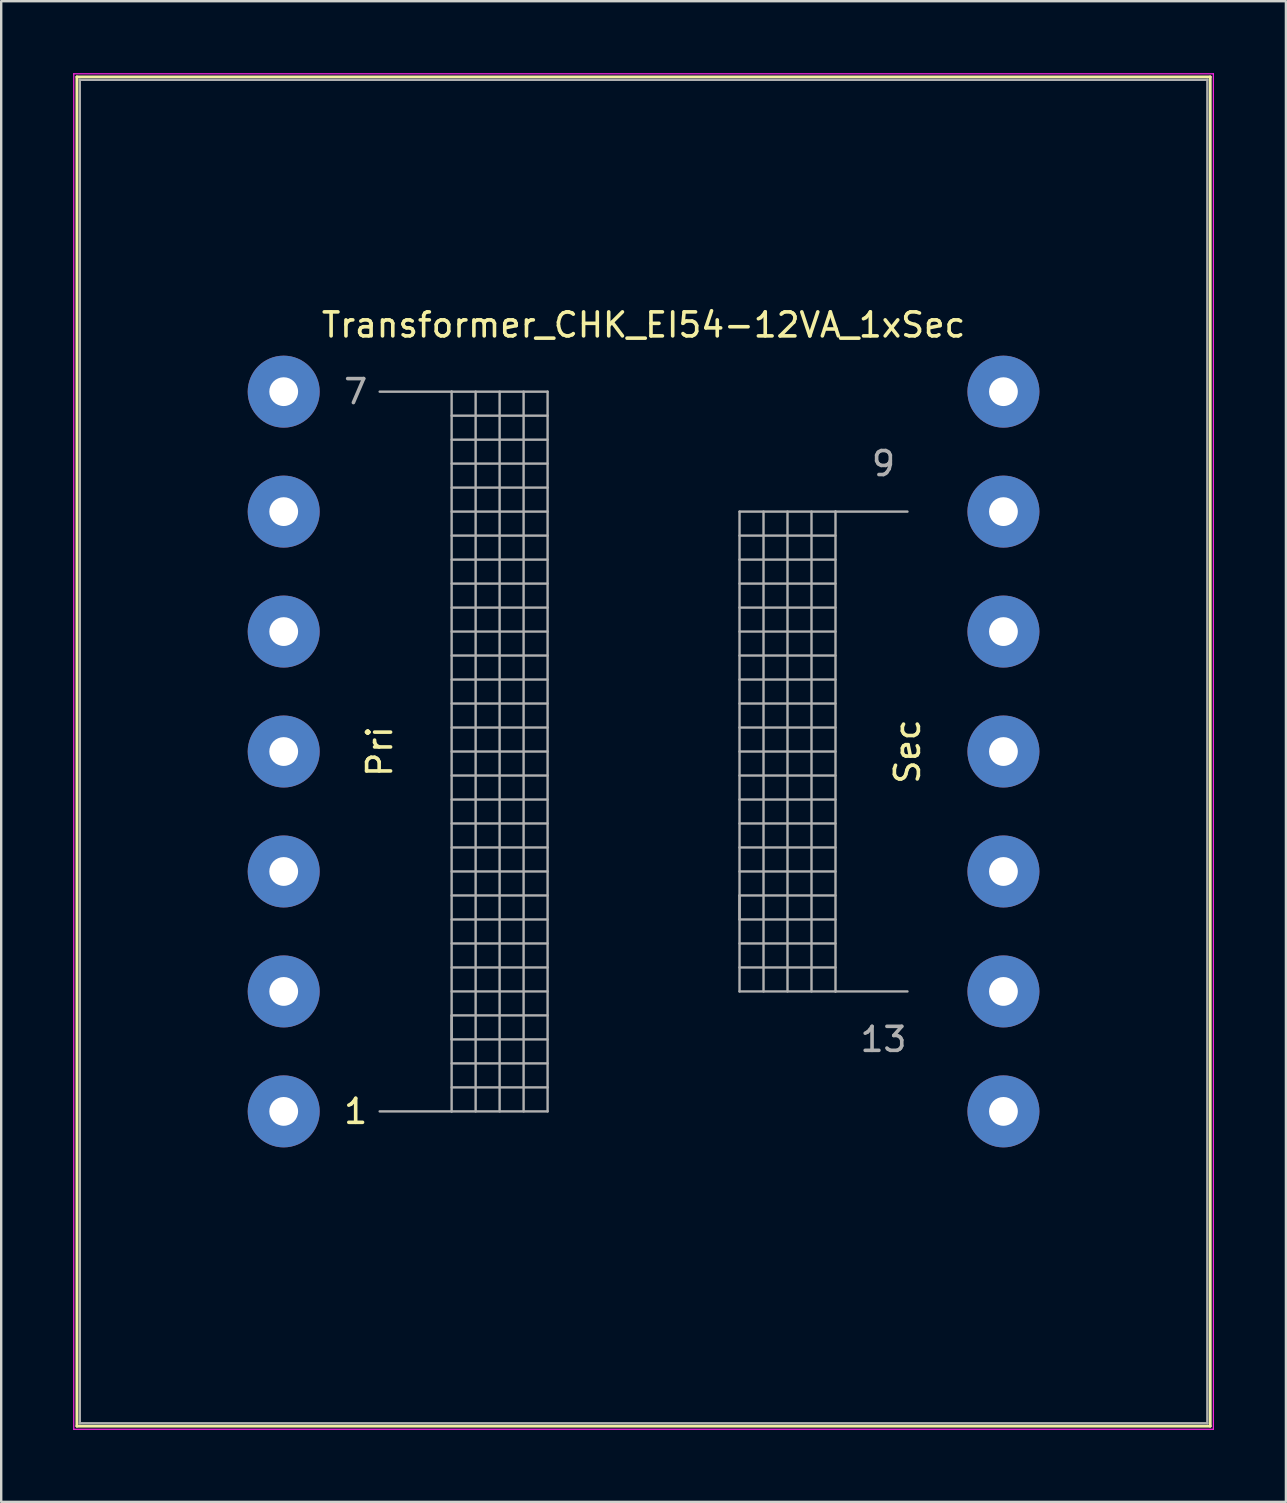
<source format=kicad_pcb>
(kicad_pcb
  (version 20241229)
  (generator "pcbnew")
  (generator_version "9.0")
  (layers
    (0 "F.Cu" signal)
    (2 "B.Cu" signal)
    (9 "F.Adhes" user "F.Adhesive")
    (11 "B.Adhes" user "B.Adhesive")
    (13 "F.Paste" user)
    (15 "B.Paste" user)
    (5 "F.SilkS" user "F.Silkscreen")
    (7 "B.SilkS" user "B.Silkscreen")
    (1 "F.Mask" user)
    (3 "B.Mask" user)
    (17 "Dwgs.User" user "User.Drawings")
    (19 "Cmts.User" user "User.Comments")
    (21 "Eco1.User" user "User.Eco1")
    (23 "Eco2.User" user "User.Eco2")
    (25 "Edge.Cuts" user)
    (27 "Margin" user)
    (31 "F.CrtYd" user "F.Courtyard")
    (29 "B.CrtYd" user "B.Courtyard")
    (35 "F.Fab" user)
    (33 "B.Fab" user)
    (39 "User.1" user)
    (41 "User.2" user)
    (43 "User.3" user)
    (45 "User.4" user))
  (footprint "Transformer_CHK_EI54-12VA_1xSec"
    (layer "F.Cu")
    (at 8.775 43.275)
    (property "Reference" "Transformer_CHK_EI54-12VA_1xSec" (at 15 -32.78 0) (layer "F.SilkS") (effects (font (size 1 1) (thickness 0.15))))
    (attr through_hole)
    (fp_line (start -8.62 -43.12) (end -8.62 13.12) (stroke (width 0.12) (type solid)) (layer "F.SilkS"))
    (fp_line (start -8.62 -43.12) (end 38.62 -43.12) (stroke (width 0.12) (type solid)) (layer "F.SilkS"))
    (fp_line (start 38.62 13.12) (end -8.62 13.12) (stroke (width 0.12) (type solid)) (layer "F.SilkS"))
    (fp_line (start 38.62 13.12) (end 38.62 -43.12) (stroke (width 0.12) (type solid)) (layer "F.SilkS"))
    (fp_line (start -8.75 -43.25) (end -8.75 13.25) (stroke (width 0.05) (type solid)) (layer "F.CrtYd"))
    (fp_line (start -8.75 -43.25) (end 38.75 -43.25) (stroke (width 0.05) (type solid)) (layer "F.CrtYd"))
    (fp_line (start 38.75 13.25) (end -8.75 13.25) (stroke (width 0.05) (type solid)) (layer "F.CrtYd"))
    (fp_line (start 38.75 13.25) (end 38.75 -43.25) (stroke (width 0.05) (type solid)) (layer "F.CrtYd"))
    (fp_line (start -8.5 -43) (end -8.5 13) (stroke (width 0.1) (type solid)) (layer "F.Fab"))
    (fp_line (start -8.5 13) (end 38.5 13) (stroke (width 0.1) (type solid)) (layer "F.Fab"))
    (fp_line (start 4 -30) (end 7 -30) (stroke (width 0.1) (type solid)) (layer "F.Fab"))
    (fp_line (start 7 -30) (end 7 0) (stroke (width 0.1) (type solid)) (layer "F.Fab"))
    (fp_line (start 7 -30) (end 11 -30) (stroke (width 0.1) (type solid)) (layer "F.Fab"))
    (fp_line (start 7 -29) (end 11 -29) (stroke (width 0.1) (type solid)) (layer "F.Fab"))
    (fp_line (start 7 -27) (end 11 -27) (stroke (width 0.1) (type solid)) (layer "F.Fab"))
    (fp_line (start 7 -25) (end 11 -25) (stroke (width 0.1) (type solid)) (layer "F.Fab"))
    (fp_line (start 7 -23) (end 11 -23) (stroke (width 0.1) (type solid)) (layer "F.Fab"))
    (fp_line (start 7 -21) (end 11 -21) (stroke (width 0.1) (type solid)) (layer "F.Fab"))
    (fp_line (start 7 -19) (end 11 -19) (stroke (width 0.1) (type solid)) (layer "F.Fab"))
    (fp_line (start 7 -17) (end 11 -17) (stroke (width 0.1) (type solid)) (layer "F.Fab"))
    (fp_line (start 7 -15) (end 11 -15) (stroke (width 0.1) (type solid)) (layer "F.Fab"))
    (fp_line (start 7 -13) (end 11 -13) (stroke (width 0.1) (type solid)) (layer "F.Fab"))
    (fp_line (start 7 -11) (end 11 -11) (stroke (width 0.1) (type solid)) (layer "F.Fab"))
    (fp_line (start 7 -9) (end 11 -9) (stroke (width 0.1) (type solid)) (layer "F.Fab"))
    (fp_line (start 7 -7) (end 11 -7) (stroke (width 0.1) (type solid)) (layer "F.Fab"))
    (fp_line (start 7 -5) (end 11 -5) (stroke (width 0.1) (type solid)) (layer "F.Fab"))
    (fp_line (start 7 -4) (end 7 -3) (stroke (width 0.1) (type solid)) (layer "F.Fab"))
    (fp_line (start 7 -3) (end 11 -3) (stroke (width 0.1) (type solid)) (layer "F.Fab"))
    (fp_line (start 7 -1) (end 11 -1) (stroke (width 0.1) (type solid)) (layer "F.Fab"))
    (fp_line (start 7 0) (end 4 0) (stroke (width 0.1) (type solid)) (layer "F.Fab"))
    (fp_line (start 8 -30) (end 8 0) (stroke (width 0.1) (type solid)) (layer "F.Fab"))
    (fp_line (start 9 -30) (end 9 0) (stroke (width 0.1) (type solid)) (layer "F.Fab"))
    (fp_line (start 10 -12) (end 7 -12) (stroke (width 0.1) (type solid)) (layer "F.Fab"))
    (fp_line (start 10 -12) (end 11 -12) (stroke (width 0.1) (type solid)) (layer "F.Fab"))
    (fp_line (start 10 0) (end 10 -30) (stroke (width 0.1) (type solid)) (layer "F.Fab"))
    (fp_line (start 11 -30) (end 11 0) (stroke (width 0.1) (type solid)) (layer "F.Fab"))
    (fp_line (start 11 -28) (end 7 -28) (stroke (width 0.1) (type solid)) (layer "F.Fab"))
    (fp_line (start 11 -26) (end 7 -26) (stroke (width 0.1) (type solid)) (layer "F.Fab"))
    (fp_line (start 11 -24) (end 7 -24) (stroke (width 0.1) (type solid)) (layer "F.Fab"))
    (fp_line (start 11 -22) (end 7 -22) (stroke (width 0.1) (type solid)) (layer "F.Fab"))
    (fp_line (start 11 -20) (end 7 -20) (stroke (width 0.1) (type solid)) (layer "F.Fab"))
    (fp_line (start 11 -18) (end 7 -18) (stroke (width 0.1) (type solid)) (layer "F.Fab"))
    (fp_line (start 11 -16) (end 7 -16) (stroke (width 0.1) (type solid)) (layer "F.Fab"))
    (fp_line (start 11 -14) (end 7 -14) (stroke (width 0.1) (type solid)) (layer "F.Fab"))
    (fp_line (start 11 -10) (end 7 -10) (stroke (width 0.1) (type solid)) (layer "F.Fab"))
    (fp_line (start 11 -8) (end 7 -8) (stroke (width 0.1) (type solid)) (layer "F.Fab"))
    (fp_line (start 11 -6) (end 7 -6) (stroke (width 0.1) (type solid)) (layer "F.Fab"))
    (fp_line (start 11 -4) (end 7 -4) (stroke (width 0.1) (type solid)) (layer "F.Fab"))
    (fp_line (start 11 -2) (end 7 -2) (stroke (width 0.1) (type solid)) (layer "F.Fab"))
    (fp_line (start 11 0) (end 7 0) (stroke (width 0.1) (type solid)) (layer "F.Fab"))
    (fp_line (start 19 -25) (end 19 -5) (stroke (width 0.1) (type solid)) (layer "F.Fab"))
    (fp_line (start 19 -24) (end 23 -24) (stroke (width 0.1) (type solid)) (layer "F.Fab"))
    (fp_line (start 19 -22) (end 23 -22) (stroke (width 0.1) (type solid)) (layer "F.Fab"))
    (fp_line (start 19 -20) (end 23 -20) (stroke (width 0.1) (type solid)) (layer "F.Fab"))
    (fp_line (start 19 -18) (end 23 -18) (stroke (width 0.1) (type solid)) (layer "F.Fab"))
    (fp_line (start 19 -16) (end 23 -16) (stroke (width 0.1) (type solid)) (layer "F.Fab"))
    (fp_line (start 19 -14) (end 23 -14) (stroke (width 0.1) (type solid)) (layer "F.Fab"))
    (fp_line (start 19 -12) (end 23 -12) (stroke (width 0.1) (type solid)) (layer "F.Fab"))
    (fp_line (start 19 -10) (end 23 -10) (stroke (width 0.1) (type solid)) (layer "F.Fab"))
    (fp_line (start 19 -9) (end 19 -8) (stroke (width 0.1) (type solid)) (layer "F.Fab"))
    (fp_line (start 19 -8) (end 23 -8) (stroke (width 0.1) (type solid)) (layer "F.Fab"))
    (fp_line (start 19 -6) (end 23 -6) (stroke (width 0.1) (type solid)) (layer "F.Fab"))
    (fp_line (start 19 -5) (end 23 -5) (stroke (width 0.1) (type solid)) (layer "F.Fab"))
    (fp_line (start 20 -5) (end 20 -25) (stroke (width 0.1) (type solid)) (layer "F.Fab"))
    (fp_line (start 21 -25) (end 21 -5) (stroke (width 0.1) (type solid)) (layer "F.Fab"))
    (fp_line (start 22 -5) (end 22 -25) (stroke (width 0.1) (type solid)) (layer "F.Fab"))
    (fp_line (start 23 -25) (end 19 -25) (stroke (width 0.1) (type solid)) (layer "F.Fab"))
    (fp_line (start 23 -25) (end 23 -5) (stroke (width 0.1) (type solid)) (layer "F.Fab"))
    (fp_line (start 23 -23) (end 19 -23) (stroke (width 0.1) (type solid)) (layer "F.Fab"))
    (fp_line (start 23 -21) (end 19 -21) (stroke (width 0.1) (type solid)) (layer "F.Fab"))
    (fp_line (start 23 -19) (end 19 -19) (stroke (width 0.1) (type solid)) (layer "F.Fab"))
    (fp_line (start 23 -17) (end 19 -17) (stroke (width 0.1) (type solid)) (layer "F.Fab"))
    (fp_line (start 23 -15) (end 19 -15) (stroke (width 0.1) (type solid)) (layer "F.Fab"))
    (fp_line (start 23 -13) (end 19 -13) (stroke (width 0.1) (type solid)) (layer "F.Fab"))
    (fp_line (start 23 -11) (end 19 -11) (stroke (width 0.1) (type solid)) (layer "F.Fab"))
    (fp_line (start 23 -9) (end 19 -9) (stroke (width 0.1) (type solid)) (layer "F.Fab"))
    (fp_line (start 23 -7) (end 19 -7) (stroke (width 0.1) (type solid)) (layer "F.Fab"))
    (fp_line (start 23 -5) (end 26 -5) (stroke (width 0.1) (type solid)) (layer "F.Fab"))
    (fp_line (start 26 -25) (end 23 -25) (stroke (width 0.1) (type solid)) (layer "F.Fab"))
    (fp_line (start 38.5 -43) (end -8.5 -43) (stroke (width 0.1) (type solid)) (layer "F.Fab"))
    (fp_line (start 38.5 13) (end 38.5 -43) (stroke (width 0.1) (type solid)) (layer "F.Fab"))
    (fp_text user "Pri" (at 4 -15 90) (layer "F.SilkS") (effects (font (size 1 1) (thickness 0.15))))
    (fp_text user "1" (at 3 0 0) (layer "F.SilkS") (effects (font (size 1 1) (thickness 0.15))))
    (fp_text user "Sec" (at 26 -15 90) (layer "F.SilkS") (effects (font (size 1 1) (thickness 0.15))))
    (fp_text user "7" (at 3 -30 0) (layer "F.Fab") (effects (font (size 1 1) (thickness 0.15))))
    (fp_text user "13" (at 25 -3 0) (layer "F.Fab") (effects (font (size 1 1) (thickness 0.15))))
    (fp_text user "9" (at 25 -27 0) (layer "F.Fab") (effects (font (size 1 1) (thickness 0.15))))
    (pad "1" thru_hole circle (at 0 0) (size 3 3) (drill 1.2) (layers "*.Cu" "*.Mask"))
    (pad "2" thru_hole circle (at 0 -5) (size 3 3) (drill 1.2) (layers "*.Cu" "*.Mask"))
    (pad "3" thru_hole circle (at 0 -10) (size 3 3) (drill 1.2) (layers "*.Cu" "*.Mask"))
    (pad "4" thru_hole circle (at 0 -15) (size 3 3) (drill 1.2) (layers "*.Cu" "*.Mask"))
    (pad "5" thru_hole circle (at 0 -20) (size 3 3) (drill 1.2) (layers "*.Cu" "*.Mask"))
    (pad "6" thru_hole circle (at 0 -25) (size 3 3) (drill 1.2) (layers "*.Cu" "*.Mask"))
    (pad "7" thru_hole circle (at 0 -30) (size 3 3) (drill 1.2) (layers "*.Cu" "*.Mask"))
    (pad "8" thru_hole circle (at 30 -30) (size 3 3) (drill 1.2) (layers "*.Cu" "*.Mask"))
    (pad "9" thru_hole circle (at 30 -25) (size 3 3) (drill 1.2) (layers "*.Cu" "*.Mask"))
    (pad "10" thru_hole circle (at 30 -20) (size 3 3) (drill 1.2) (layers "*.Cu" "*.Mask"))
    (pad "11" thru_hole circle (at 30 -15) (size 3 3) (drill 1.2) (layers "*.Cu" "*.Mask"))
    (pad "12" thru_hole circle (at 30 -10) (size 3 3) (drill 1.2) (layers "*.Cu" "*.Mask"))
    (pad "13" thru_hole circle (at 30 -5) (size 3 3) (drill 1.2) (layers "*.Cu" "*.Mask"))
    (pad "14" thru_hole circle (at 30 0) (size 3 3) (drill 1.2) (layers "*.Cu" "*.Mask")))
  (gr_rect
    (start -3 -3)
    (end 50.55 59.55)
    (stroke (width 0.1) (type default))
    (fill no)
    (layer "Edge.Cuts")))
</source>
